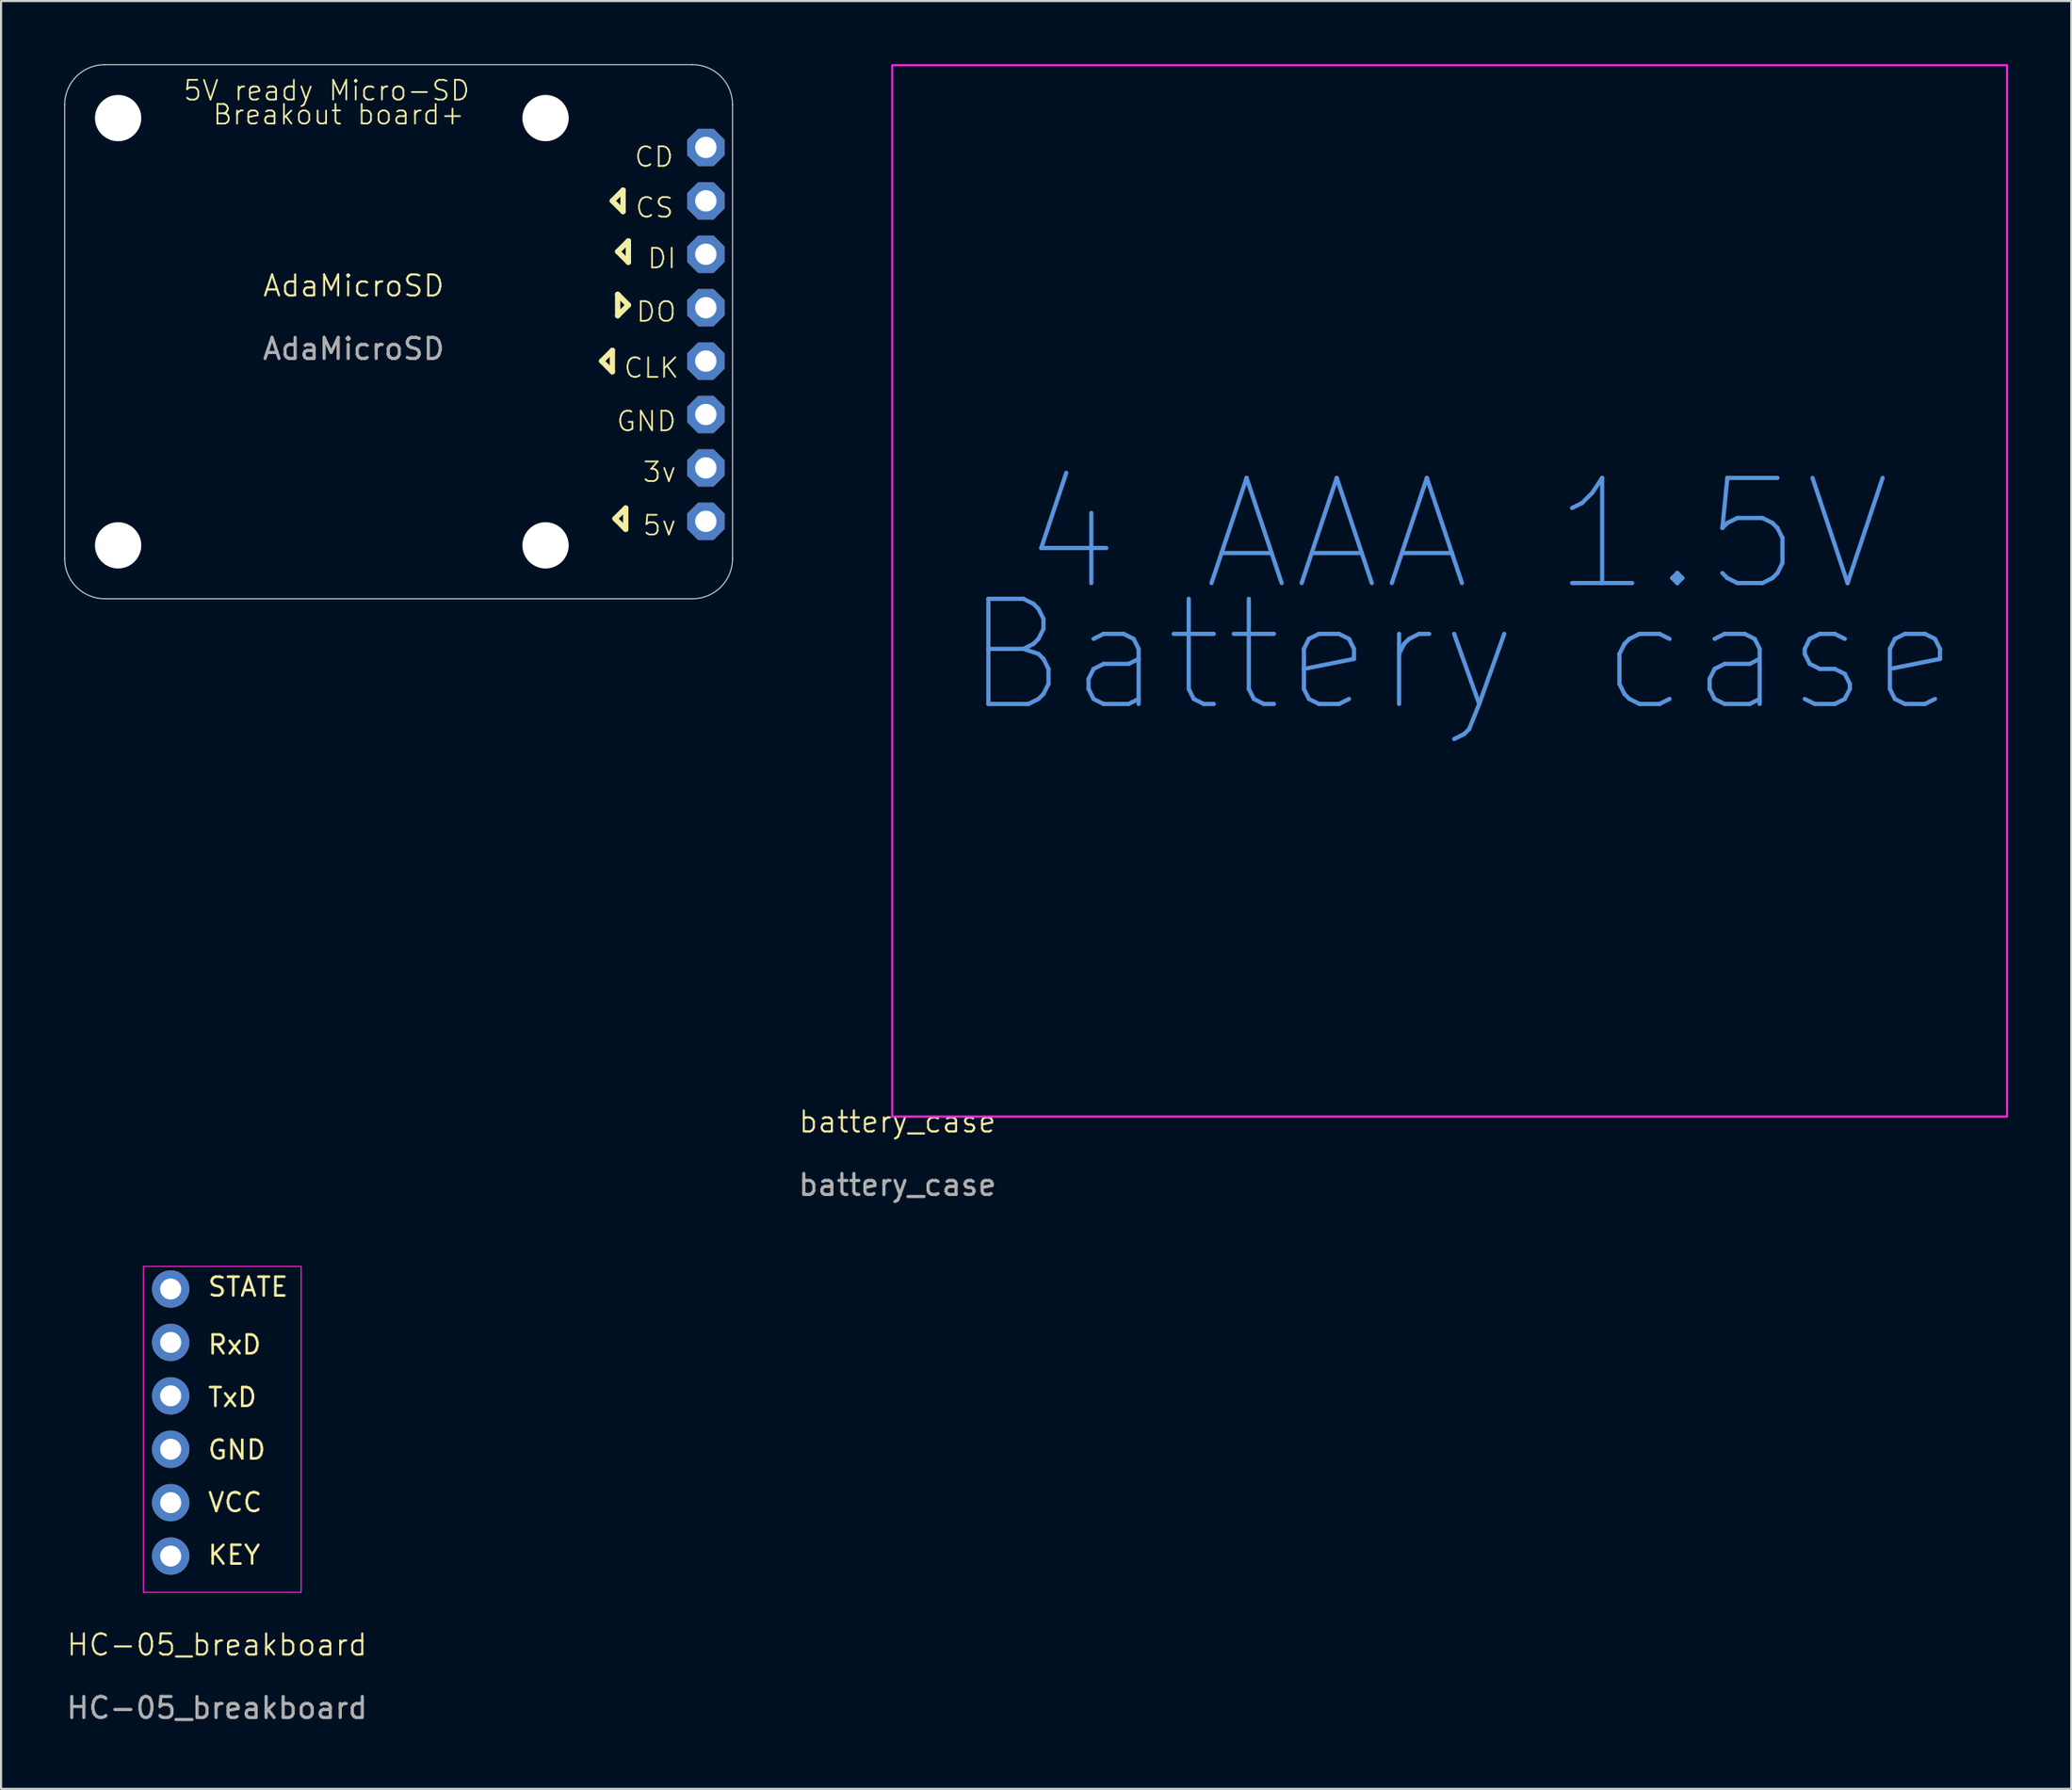
<source format=kicad_pcb>
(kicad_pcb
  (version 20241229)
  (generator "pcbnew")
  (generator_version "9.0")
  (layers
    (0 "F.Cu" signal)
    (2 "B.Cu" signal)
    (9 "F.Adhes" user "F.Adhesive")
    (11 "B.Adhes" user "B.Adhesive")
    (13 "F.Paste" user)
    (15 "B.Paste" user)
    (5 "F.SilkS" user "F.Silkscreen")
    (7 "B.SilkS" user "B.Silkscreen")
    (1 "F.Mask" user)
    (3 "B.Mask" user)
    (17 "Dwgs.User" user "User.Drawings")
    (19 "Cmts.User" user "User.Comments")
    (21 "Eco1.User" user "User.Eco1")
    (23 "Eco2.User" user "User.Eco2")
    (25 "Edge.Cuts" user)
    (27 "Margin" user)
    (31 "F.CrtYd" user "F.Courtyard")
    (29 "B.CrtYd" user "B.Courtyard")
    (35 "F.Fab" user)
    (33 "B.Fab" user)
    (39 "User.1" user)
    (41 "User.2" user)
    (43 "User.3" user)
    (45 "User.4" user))
  (footprint "HC-05_breakboard"
    (layer "F.Cu")
    (at 7.268 75.673)
    (property "Reference" "HC-05_breakboard" (at 0 -0.5 0) (unlocked yes) (layer "F.SilkS") (effects (font (size 1 1) (thickness 0.1))))
    (attr through_hole)
    (fp_rect (start -3.5 -18.5) (end 4 -3) (stroke (width 0.05) (type default)) (fill no) (layer "F.CrtYd"))
    (fp_text user "RxD" (at -0.5 -14.25 0) (unlocked yes) (layer "F.SilkS") (effects (font (size 0.894 0.894) (thickness 0.122)) (justify left bottom)))
    (fp_text user "GND" (at -0.5 -9.25 0) (unlocked yes) (layer "F.SilkS") (effects (font (size 0.894 0.894) (thickness 0.122)) (justify left bottom)))
    (fp_text user "VCC" (at -0.5 -6.75 0) (unlocked yes) (layer "F.SilkS") (effects (font (size 0.894 0.894) (thickness 0.122)) (justify left bottom)))
    (fp_text user "KEY" (at -0.5 -4.25 0) (unlocked yes) (layer "F.SilkS") (effects (font (size 0.894 0.894) (thickness 0.122)) (justify left bottom)))
    (fp_text user "TxD" (at -0.5 -11.75 0) (unlocked yes) (layer "F.SilkS") (effects (font (size 0.894 0.894) (thickness 0.122)) (justify left bottom)))
    (fp_text user "STATE" (at -0.5 -17 0) (unlocked yes) (layer "F.SilkS") (effects (font (size 0.894 0.894) (thickness 0.122)) (justify left bottom)))
    (fp_text user "${REFERENCE}" (at 0 2.5 0) (unlocked yes) (layer "F.Fab") (effects (font (size 1 1) (thickness 0.15))))
    (pad "1" thru_hole circle (at -2.204 -17.422) (size 1.778 1.778) (drill 1) (layers "*.Cu" "*.Mask"))
    (pad "2" thru_hole circle (at -2.204 -14.882) (size 1.778 1.778) (drill 1) (layers "*.Cu" "*.Mask"))
    (pad "3" thru_hole circle (at -2.204 -12.342) (size 1.778 1.778) (drill 1) (layers "*.Cu" "*.Mask"))
    (pad "4" thru_hole circle (at -2.204 -9.802) (size 1.778 1.778) (drill 1) (layers "*.Cu" "*.Mask"))
    (pad "5" thru_hole circle (at -2.204 -7.262) (size 1.778 1.778) (drill 1) (layers "*.Cu" "*.Mask"))
    (pad "6" thru_hole circle (at -2.204 -4.722) (size 1.778 1.778) (drill 1) (layers "*.Cu" "*.Mask")))
  (footprint "AdaMicroSD"
    (layer "F.Cu")
    (at 13.764 11.042)
    (property "Reference" "AdaMicroSD" (at 0 -0.5 0) (unlocked yes) (layer "F.SilkS") (effects (font (size 1 1) (thickness 0.1))))
    (attr through_hole)
    (fp_line (start 11.788 3.08) (end 12.296 2.572) (stroke (width 0.254) (type solid)) (layer "F.SilkS"))
    (fp_line (start 12.296 -4.54) (end 12.804 -5.048) (stroke (width 0.254) (type solid)) (layer "F.SilkS"))
    (fp_line (start 12.296 2.572) (end 12.296 3.588) (stroke (width 0.254) (type solid)) (layer "F.SilkS"))
    (fp_line (start 12.296 3.588) (end 11.788 3.08) (stroke (width 0.254) (type solid)) (layer "F.SilkS"))
    (fp_line (start 12.423 10.573) (end 12.931 10.065) (stroke (width 0.254) (type solid)) (layer "F.SilkS"))
    (fp_line (start 12.55 -2.127) (end 13.058 -2.635) (stroke (width 0.254) (type solid)) (layer "F.SilkS"))
    (fp_line (start 12.55 -0.095) (end 13.058 0.413) (stroke (width 0.254) (type solid)) (layer "F.SilkS"))
    (fp_line (start 12.55 0.921) (end 12.55 -0.095) (stroke (width 0.254) (type solid)) (layer "F.SilkS"))
    (fp_line (start 12.804 -5.048) (end 12.804 -4.032) (stroke (width 0.254) (type solid)) (layer "F.SilkS"))
    (fp_line (start 12.804 -4.032) (end 12.296 -4.54) (stroke (width 0.254) (type solid)) (layer "F.SilkS"))
    (fp_line (start 12.931 10.065) (end 12.931 11.081) (stroke (width 0.254) (type solid)) (layer "F.SilkS"))
    (fp_line (start 12.931 11.081) (end 12.423 10.573) (stroke (width 0.254) (type solid)) (layer "F.SilkS"))
    (fp_line (start 13.058 -2.635) (end 13.058 -1.619) (stroke (width 0.254) (type solid)) (layer "F.SilkS"))
    (fp_line (start 13.058 -1.619) (end 12.55 -2.127) (stroke (width 0.254) (type solid)) (layer "F.SilkS"))
    (fp_line (start 13.058 0.413) (end 12.55 0.921) (stroke (width 0.254) (type solid)) (layer "F.SilkS"))
    (fp_line (start -13.739 12.478) (end -13.739 -9.112) (stroke (width 0.05) (type solid)) (layer "Edge.Cuts"))
    (fp_line (start -11.834 -11.017) (end 16.106 -11.017) (stroke (width 0.05) (type solid)) (layer "Edge.Cuts"))
    (fp_line (start 16.106 14.383) (end -11.834 14.383) (stroke (width 0.05) (type solid)) (layer "Edge.Cuts"))
    (fp_line (start 18.011 -9.112) (end 18.011 12.478) (stroke (width 0.05) (type solid)) (layer "Edge.Cuts"))
    (fp_arc (start -13.739 -9.112) (mid -13.181038 -10.459038) (end -11.834 -11.017) (stroke (width 0.05) (type solid)) (layer "Edge.Cuts"))
    (fp_arc (start -11.834 14.383) (mid -13.181038 13.825038) (end -13.739 12.478) (stroke (width 0.05) (type solid)) (layer "Edge.Cuts"))
    (fp_arc (start 16.106 -11.017) (mid 17.453038 -10.459038) (end 18.011 -9.112) (stroke (width 0.05) (type solid)) (layer "Edge.Cuts"))
    (fp_arc (start 18.011 12.478) (mid 17.453038 13.825038) (end 16.106 14.383) (stroke (width 0.05) (type solid)) (layer "Edge.Cuts"))
    (fp_text user "DI" (at 13.907 -1.256 0) (unlocked yes) (layer "F.SilkS") (effects (font (size 0.935 0.935) (thickness 0.081)) (justify left bottom)))
    (fp_text user "CD" (at 13.291 -6.082 0) (unlocked yes) (layer "F.SilkS") (effects (font (size 0.935 0.935) (thickness 0.081)) (justify left bottom)))
    (fp_text user "Breakout board+" (at -6.754 -8.096 0) (unlocked yes) (layer "F.SilkS") (effects (font (size 0.935 0.935) (thickness 0.081)) (justify left bottom)))
    (fp_text user "3v" (at 13.685 8.904 0) (unlocked yes) (layer "F.SilkS") (effects (font (size 0.935 0.935) (thickness 0.081)) (justify left bottom)))
    (fp_text user "DO" (at 13.373 1.284 0) (unlocked yes) (layer "F.SilkS") (effects (font (size 0.935 0.935) (thickness 0.081)) (justify left bottom)))
    (fp_text user "GND" (at 12.438 6.491 0) (unlocked yes) (layer "F.SilkS") (effects (font (size 0.935 0.935) (thickness 0.081)) (justify left bottom)))
    (fp_text user "5v" (at 13.685 11.444 0) (unlocked yes) (layer "F.SilkS") (effects (font (size 0.935 0.935) (thickness 0.081)) (justify left bottom)))
    (fp_text user "CS" (at 13.335 -3.669 0) (unlocked yes) (layer "F.SilkS") (effects (font (size 0.935 0.935) (thickness 0.081)) (justify left bottom)))
    (fp_text user "CLK" (at 12.788 3.951 0) (unlocked yes) (layer "F.SilkS") (effects (font (size 0.935 0.935) (thickness 0.081)) (justify left bottom)))
    (fp_text user "5V ready Micro-SD" (at -8.151 -9.239 0) (unlocked yes) (layer "F.SilkS") (effects (font (size 0.935 0.935) (thickness 0.081)) (justify left bottom)))
    (fp_text user "${REFERENCE}" (at 0 2.5 0) (unlocked yes) (layer "F.Fab") (effects (font (size 1 1) (thickness 0.15))))
    (pad "" np_thru_hole circle (at -11.199 -8.477) (size 2.2 2.2) (drill 2.2) (layers "*.Cu" "*.Mask"))
    (pad "" np_thru_hole circle (at -11.199 11.843) (size 2.2 2.2) (drill 2.2) (layers "*.Cu" "*.Mask"))
    (pad "" np_thru_hole circle (at 9.121 -8.477) (size 2.2 2.2) (drill 2.2) (layers "*.Cu" "*.Mask"))
    (pad "" np_thru_hole circle (at 9.121 11.843) (size 2.2 2.2) (drill 2.2) (layers "*.Cu" "*.Mask"))
    (pad "1" thru_hole roundrect (at 16.741 10.7 180) (size 1.778 1.778) (drill 1.016) (layers "*.Cu" "*.Mask") (roundrect_rratio 0.25) (chamfer_ratio 0.293) (chamfer top_left top_right bottom_left bottom_right))
    (pad "2" thru_hole roundrect (at 16.741 8.16 180) (size 1.778 1.778) (drill 1.016) (layers "*.Cu" "*.Mask") (roundrect_rratio 0.25) (chamfer_ratio 0.293) (chamfer top_left top_right bottom_left bottom_right))
    (pad "3" thru_hole roundrect (at 16.741 5.62 180) (size 1.778 1.778) (drill 1.016) (layers "*.Cu" "*.Mask") (roundrect_rratio 0.25) (chamfer_ratio 0.293) (chamfer top_left top_right bottom_left bottom_right))
    (pad "4" thru_hole roundrect (at 16.741 3.08 180) (size 1.778 1.778) (drill 1.016) (layers "*.Cu" "*.Mask") (roundrect_rratio 0.25) (chamfer_ratio 0.293) (chamfer top_left top_right bottom_left bottom_right))
    (pad "5" thru_hole roundrect (at 16.741 0.54 180) (size 1.778 1.778) (drill 1.016) (layers "*.Cu" "*.Mask") (roundrect_rratio 0.25) (chamfer_ratio 0.293) (chamfer top_left top_right bottom_left bottom_right))
    (pad "6" thru_hole roundrect (at 16.741 -2 180) (size 1.778 1.778) (drill 1.016) (layers "*.Cu" "*.Mask") (roundrect_rratio 0.25) (chamfer_ratio 0.293) (chamfer top_left top_right bottom_left bottom_right))
    (pad "7" thru_hole roundrect (at 16.741 -4.54 180) (size 1.778 1.778) (drill 1.016) (layers "*.Cu" "*.Mask") (roundrect_rratio 0.25) (chamfer_ratio 0.293) (chamfer top_left top_right bottom_left bottom_right))
    (pad "8" thru_hole roundrect (at 16.741 -7.08 180) (size 1.778 1.778) (drill 1.016) (layers "*.Cu" "*.Mask") (roundrect_rratio 0.25) (chamfer_ratio 0.293) (chamfer top_left top_right bottom_left bottom_right)))
  (footprint "battery_case"
    (layer "F.Cu")
    (at 39.615 50.8)
    (property "Reference" "battery_case" (at 0 -0.5 0) (unlocked yes) (layer "F.SilkS") (effects (font (size 1 1) (thickness 0.1))))
    (attr smd board_only)
    (fp_rect (start -0.25 -50.75) (end 52.75 -0.75) (stroke (width 0.1) (type default)) (fill no) (layer "F.CrtYd"))
    (fp_text user "4 AAA 1.5V" (at 5.75 -25.5 0) (unlocked yes) (layer "Cmts.User") (effects (font (size 5 5) (thickness 0.2)) (justify left bottom)))
    (fp_text user "Battery case" (at 3 -19.75 0) (unlocked yes) (layer "Cmts.User") (effects (font (size 5 5) (thickness 0.2)) (justify left bottom)))
    (fp_text user "${REFERENCE}" (at 0 2.5 0) (unlocked yes) (layer "F.Fab") (effects (font (size 1 1) (thickness 0.15)))))
  (gr_rect
    (start -3 -3)
    (end 95.415 82.022)
    (stroke (width 0.1) (type default))
    (fill no)
    (layer "Edge.Cuts")))
</source>
